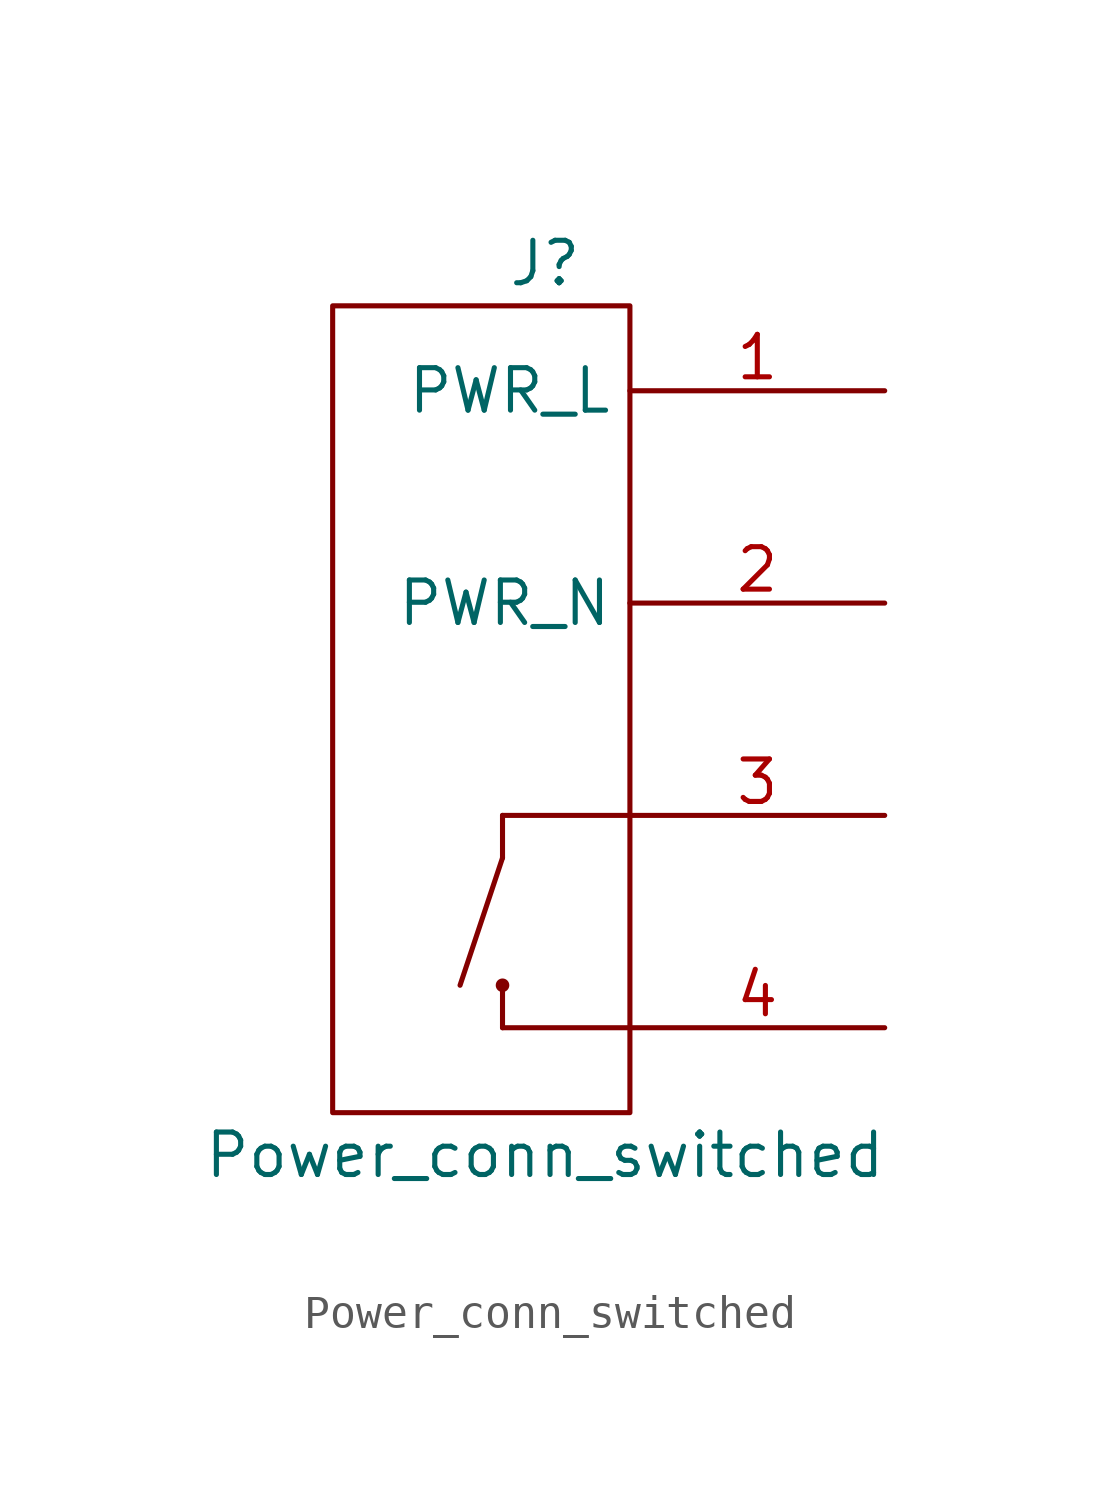
<source format=kicad_sym>
(kicad_symbol_lib
  (version 20211014)
  (generator kicad_symbol_editor)
  (symbol "Power_conn_switched"
    (property "Reference" "J"
      (at 0 11.43 0)
      (effects (font (size 1.27 1.27))))
    (property "Value" "Power_conn_switched"
      (at 0 -15.24 0)
      (effects (font (size 1.27 1.27))))
    (symbol "Power_conn_switched_0_1"
      (circle (center -1.27 -10.16) (radius 0.127) (stroke (width 0) (type default) (color 0 0 0 0)) (fill (type none)))
      (polyline (pts (xy -1.27 -10.16) (xy -1.27 -11.43)) (stroke (width 0) (type default) (color 0 0 0 0)) (fill (type none)))
      (polyline (pts (xy -1.27 -6.35) (xy -2.54 -10.16)) (stroke (width 0) (type default) (color 0 0 0 0)) (fill (type none)))
      (polyline (pts (xy -1.27 -6.35) (xy -1.27 -5.08)) (stroke (width 0) (type default) (color 0 0 0 0)) (fill (type none)))
      (polyline (pts (xy -1.27 -5.08) (xy 2.54 -5.08)) (stroke (width 0) (type default) (color 0 0 0 0)) (fill (type none)))
      (polyline (pts (xy 2.54 -11.43) (xy -1.27 -11.43)) (stroke (width 0) (type default) (color 0 0 0 0)) (fill (type none)))
      (rectangle (start 2.54 10.16) (end -6.35 -13.97) (stroke (width 0) (type default) (color 0 0 0 0)) (fill (type none))))
    (symbol "Power_conn_switched_1_1"
      (pin passive line (at 10.16 7.62 180) (length 7.62) (name "PWR_L" (effects (font (size 1.27 1.27)))) (number "1" (effects (font (size 1.27 1.27)))))
      (pin passive line (at 10.16 1.27 180) (length 7.62) (name "PWR_N" (effects (font (size 1.27 1.27)))) (number "2" (effects (font (size 1.27 1.27)))))
      (pin passive line (at 10.16 -5.08 180) (length 7.62) (name "" (effects (font (size 1.27 1.27)))) (number "3" (effects (font (size 1.27 1.27)))))
      (pin passive line (at 10.16 -11.43 180) (length 7.62) (name "" (effects (font (size 1.27 1.27)))) (number "4" (effects (font (size 1.27 1.27))))))))
</source>
